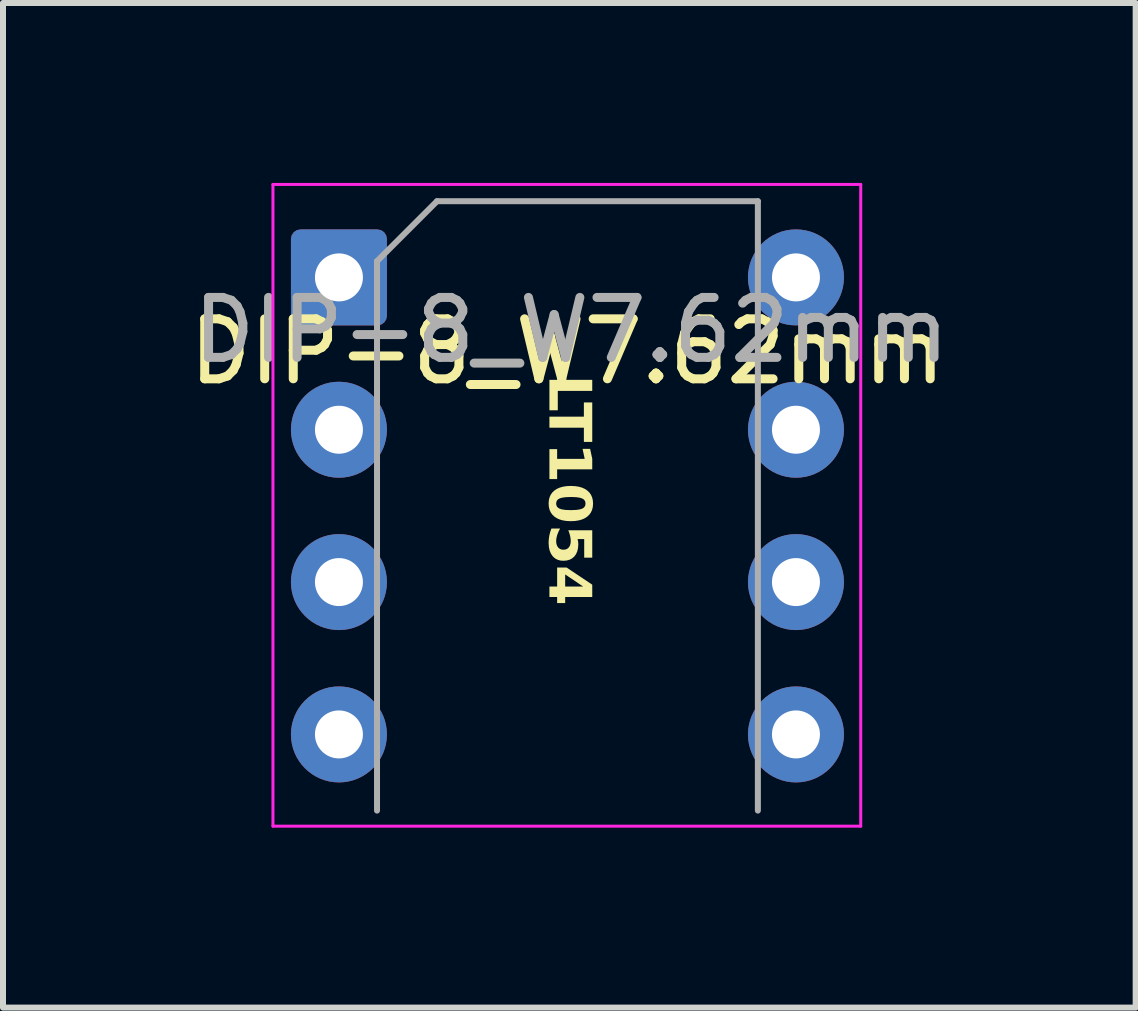
<source format=kicad_pcb>
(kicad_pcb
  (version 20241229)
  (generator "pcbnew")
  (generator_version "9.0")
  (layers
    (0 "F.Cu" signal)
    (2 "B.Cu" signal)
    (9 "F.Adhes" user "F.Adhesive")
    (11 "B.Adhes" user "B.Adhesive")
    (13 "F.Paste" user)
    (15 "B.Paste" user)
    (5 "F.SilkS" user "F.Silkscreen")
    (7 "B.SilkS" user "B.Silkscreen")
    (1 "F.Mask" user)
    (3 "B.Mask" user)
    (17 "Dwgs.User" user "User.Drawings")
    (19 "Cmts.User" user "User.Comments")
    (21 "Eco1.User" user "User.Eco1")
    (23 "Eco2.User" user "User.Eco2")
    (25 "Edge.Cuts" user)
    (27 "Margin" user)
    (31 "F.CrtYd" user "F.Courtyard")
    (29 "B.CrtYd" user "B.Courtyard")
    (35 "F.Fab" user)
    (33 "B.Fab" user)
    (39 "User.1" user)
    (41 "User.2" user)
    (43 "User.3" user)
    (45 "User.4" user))
  (footprint "DIP-8_W7.62mm"
    (layer "F.Cu")
    (at 2.601 1.575)
    (property "Reference" "DIP-8_W7.62mm" (at 3.81 1.236 0) (layer "F.SilkS") (effects (font (size 1 1) (thickness 0.15))))
    (attr through_hole)
    (fp_line (start -1.1 -1.55) (end -1.1 9.15) (stroke (width 0.05) (type solid)) (layer "F.CrtYd"))
    (fp_line (start -1.1 9.15) (end 8.7 9.15) (stroke (width 0.05) (type solid)) (layer "F.CrtYd"))
    (fp_line (start 8.7 -1.55) (end -1.1 -1.55) (stroke (width 0.05) (type solid)) (layer "F.CrtYd"))
    (fp_line (start 8.7 9.15) (end 8.7 -1.55) (stroke (width 0.05) (type solid)) (layer "F.CrtYd"))
    (fp_line (start 0.635 -0.27) (end 1.635 -1.27) (stroke (width 0.1) (type solid)) (layer "F.Fab"))
    (fp_line (start 0.635 8.89) (end 0.635 -0.27) (stroke (width 0.1) (type solid)) (layer "F.Fab"))
    (fp_line (start 1.635 -1.27) (end 6.985 -1.27) (stroke (width 0.1) (type solid)) (layer "F.Fab"))
    (fp_line (start 6.985 -1.27) (end 6.985 8.89) (stroke (width 0.1) (type solid)) (layer "F.Fab"))
    (fp_text user "LT1054" (at 3.8 3.547 270) (unlocked yes) (layer "F.SilkS") (effects (font (face "Eurostile Next LT Com") (size 0.7 0.7) (thickness 0.12) (bold yes))))
    (fp_text user "${REFERENCE}" (at 3.874 0.879 0) (layer "F.Fab") (effects (font (size 1 1) (thickness 0.15))))
    (pad "1" thru_hole roundrect (at 0 0) (size 1.6 1.6) (drill 0.8) (layers "*.Cu" "*.Mask") (roundrect_rratio 0.1))
    (pad "2" thru_hole oval (at 0 2.54) (size 1.6 1.6) (drill 0.8) (layers "*.Cu" "*.Mask"))
    (pad "3" thru_hole oval (at 0 5.08) (size 1.6 1.6) (drill 0.8) (layers "*.Cu" "*.Mask"))
    (pad "4" thru_hole oval (at 0 7.62) (size 1.6 1.6) (drill 0.8) (layers "*.Cu" "*.Mask"))
    (pad "5" thru_hole oval (at 7.62 7.62) (size 1.6 1.6) (drill 0.8) (layers "*.Cu" "*.Mask"))
    (pad "6" thru_hole oval (at 7.62 5.08) (size 1.6 1.6) (drill 0.8) (layers "*.Cu" "*.Mask"))
    (pad "7" thru_hole oval (at 7.62 2.54) (size 1.6 1.6) (drill 0.8) (layers "*.Cu" "*.Mask"))
    (pad "8" thru_hole oval (at 7.62 0) (size 1.6 1.6) (drill 0.8) (layers "*.Cu" "*.Mask")))
  (gr_rect
    (start -3 -3)
    (end 15.885 13.75)
    (stroke (width 0.1) (type default))
    (fill no)
    (layer "Edge.Cuts")))
</source>
